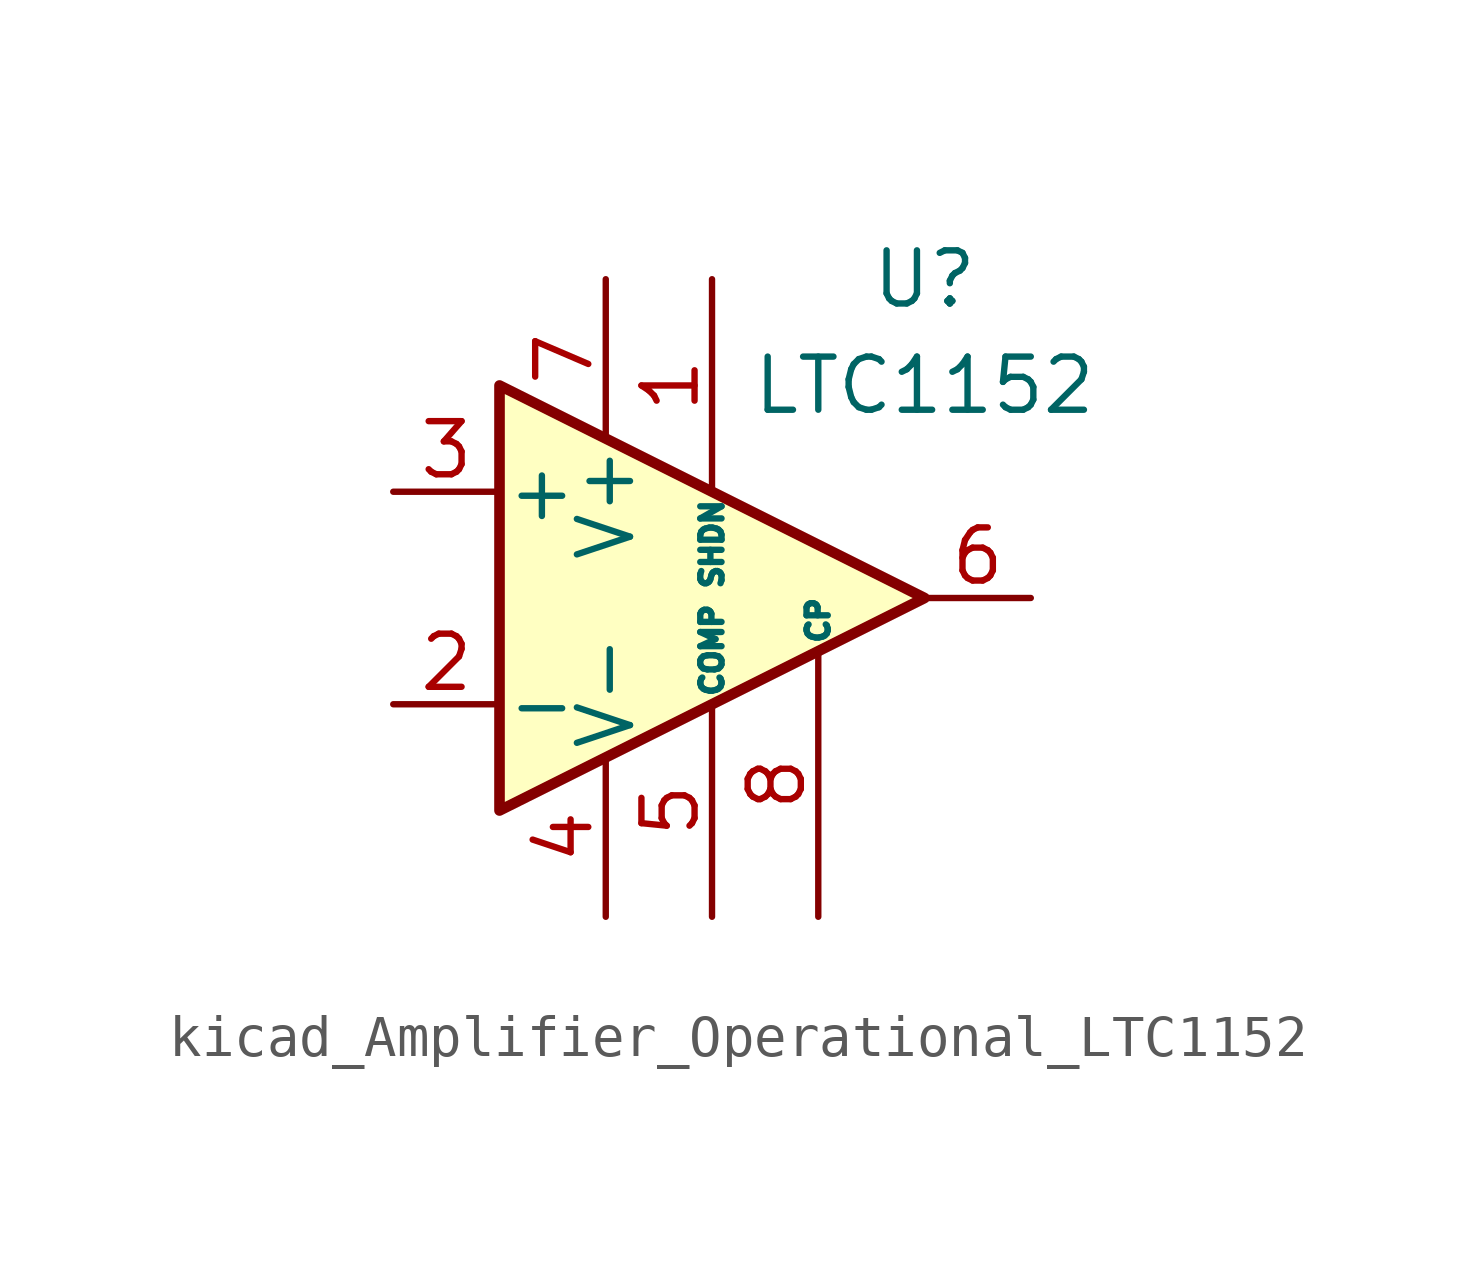
<source format=kicad_sym>
(kicad_symbol_lib
  (version 20220914)
  (generator kicad_symbol_editor)
  (symbol "kicad_Amplifier_Operational_LTC1152"
    (pin_names
      (offset 0.127))
    (property "Reference" "U"
      (at 5.08 7.62 0)
      (effects (font (size 1.27 1.27))))
    (property "Value" "LTC1152"
      (at 5.08 5.08 0)
      (effects (font (size 1.27 1.27))))
    (symbol "kicad_Amplifier_Operational_LTC1152_0_1"
      (polyline (pts (xy -5.08 5.08) (xy -5.08 -5.08) (xy 5.08 0) (xy -5.08 5.08)) (stroke (width 0.254) (type default)) (fill (type background))))
    (symbol "kicad_Amplifier_Operational_LTC1152_1_1"
      (pin input line (at 0 7.62 270) (length 5.08) (name "SHDN" (effects (font (size 0.508 0.508)))) (number "1" (effects (font (size 1.27 1.27)))))
      (pin input line (at -7.62 -2.54 0) (length 2.54) (name "-" (effects (font (size 1.27 1.27)))) (number "2" (effects (font (size 1.27 1.27)))))
      (pin input line (at -7.62 2.54 0) (length 2.54) (name "+" (effects (font (size 1.27 1.27)))) (number "3" (effects (font (size 1.27 1.27)))))
      (pin power_in line (at -2.54 -7.62 90) (length 3.81) (name "V-" (effects (font (size 1.27 1.27)))) (number "4" (effects (font (size 1.27 1.27)))))
      (pin input line (at 0 -7.62 90) (length 5.08) (name "COMP" (effects (font (size 0.508 0.508)))) (number "5" (effects (font (size 1.27 1.27)))))
      (pin output line (at 7.62 0 180) (length 2.54) (name "~" (effects (font (size 1.27 1.27)))) (number "6" (effects (font (size 1.27 1.27)))))
      (pin power_in line (at -2.54 7.62 270) (length 3.81) (name "V+" (effects (font (size 1.27 1.27)))) (number "7" (effects (font (size 1.27 1.27)))))
      (pin output line (at 2.54 -7.62 90) (length 6.35) (name "CP" (effects (font (size 0.508 0.508)))) (number "8" (effects (font (size 1.27 1.27))))))))
</source>
